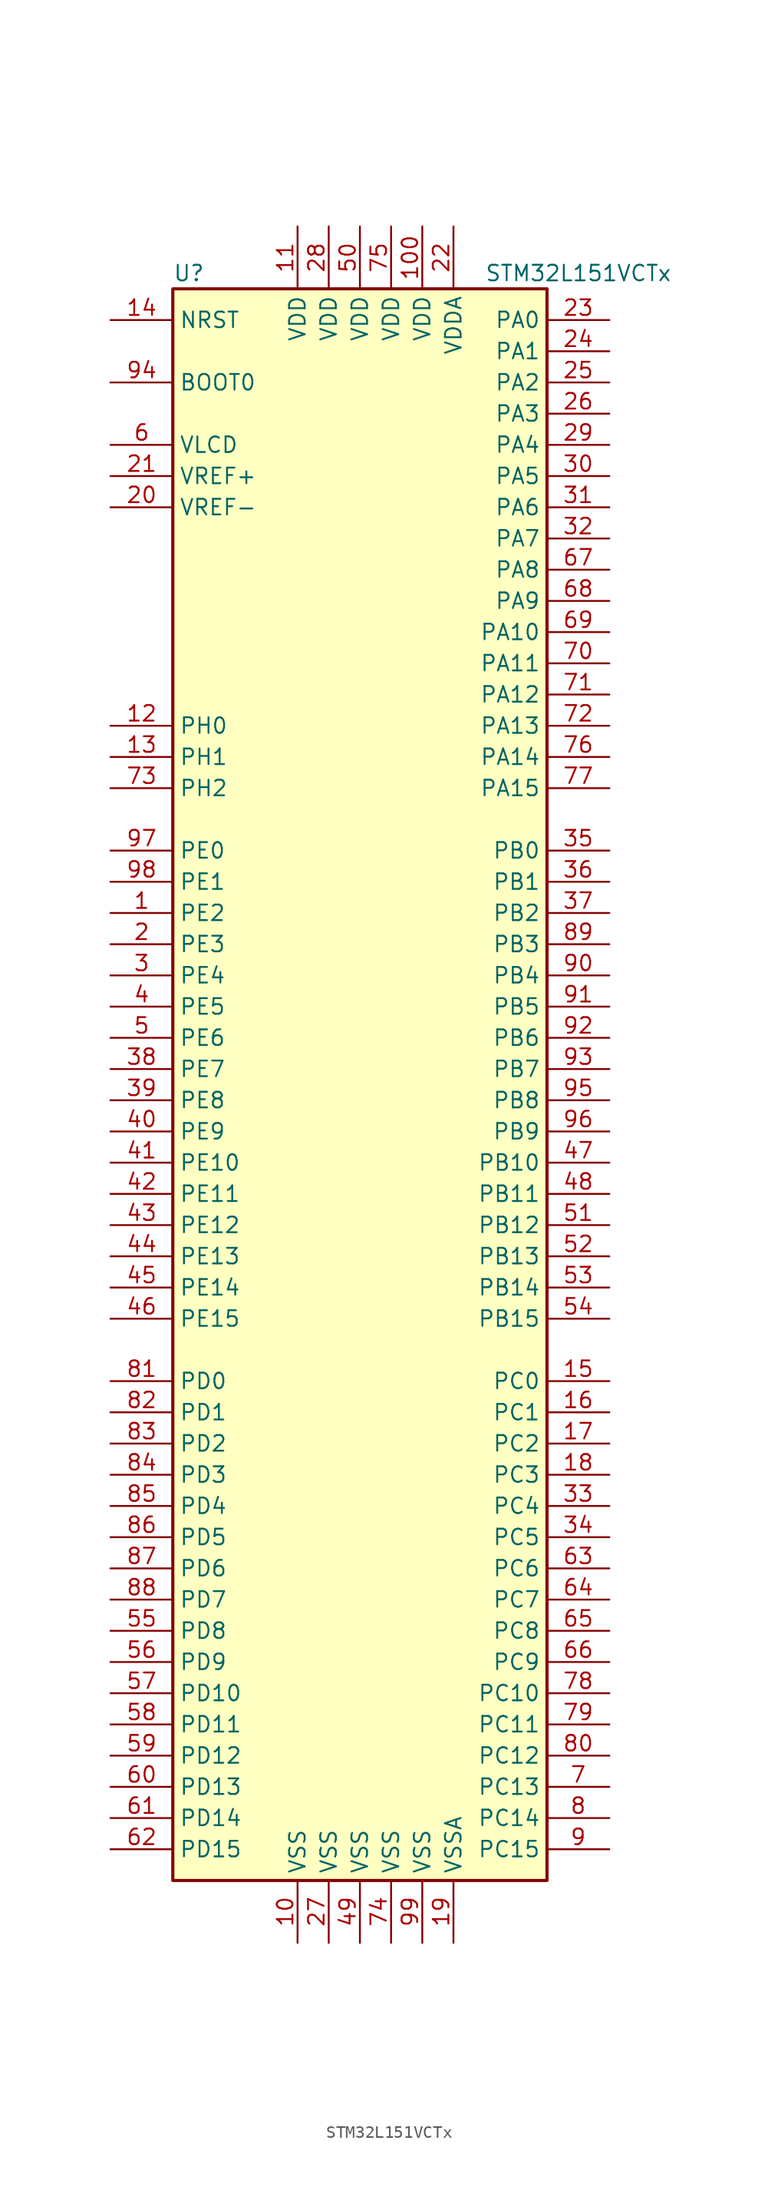
<source format=kicad_sym>
(kicad_symbol_lib
  (version 20201005)
  (generator kicad_symbol_editor)
  (symbol "STM32L151VCTx"
    (property "Reference" "U"
      (at -15.24 64.77 0)
      (effects (font (size 1.27 1.27)) (justify left)))
    (property "Value" "STM32L151VCTx"
      (at 10.16 64.77 0)
      (effects (font (size 1.27 1.27)) (justify left)))
    (symbol "STM32L151VCTx_0_1"
      (rectangle (start -15.24 -66.04) (end 15.24 63.5) (stroke (width 0.254)) (fill (type background))))
    (symbol "STM32L151VCTx_1_1"
      (pin bidirectional line (at -20.32 12.7 0) (length 5.08) (name "PE2" (effects (font (size 1.27 1.27)))) (number "1" (effects (font (size 1.27 1.27)))))
      (pin power_in line (at -5.08 -71.12 90) (length 5.08) (name "VSS" (effects (font (size 1.27 1.27)))) (number "10" (effects (font (size 1.27 1.27)))))
      (pin power_in line (at 5.08 68.58 270) (length 5.08) (name "VDD" (effects (font (size 1.27 1.27)))) (number "100" (effects (font (size 1.27 1.27)))))
      (pin power_in line (at -5.08 68.58 270) (length 5.08) (name "VDD" (effects (font (size 1.27 1.27)))) (number "11" (effects (font (size 1.27 1.27)))))
      (pin input line (at -20.32 27.94 0) (length 5.08) (name "PH0" (effects (font (size 1.27 1.27)))) (number "12" (effects (font (size 1.27 1.27)))))
      (pin input line (at -20.32 25.4 0) (length 5.08) (name "PH1" (effects (font (size 1.27 1.27)))) (number "13" (effects (font (size 1.27 1.27)))))
      (pin input line (at -20.32 60.96 0) (length 5.08) (name "NRST" (effects (font (size 1.27 1.27)))) (number "14" (effects (font (size 1.27 1.27)))))
      (pin bidirectional line (at 20.32 -25.4 180) (length 5.08) (name "PC0" (effects (font (size 1.27 1.27)))) (number "15" (effects (font (size 1.27 1.27)))))
      (pin bidirectional line (at 20.32 -27.94 180) (length 5.08) (name "PC1" (effects (font (size 1.27 1.27)))) (number "16" (effects (font (size 1.27 1.27)))))
      (pin bidirectional line (at 20.32 -30.48 180) (length 5.08) (name "PC2" (effects (font (size 1.27 1.27)))) (number "17" (effects (font (size 1.27 1.27)))))
      (pin bidirectional line (at 20.32 -33.02 180) (length 5.08) (name "PC3" (effects (font (size 1.27 1.27)))) (number "18" (effects (font (size 1.27 1.27)))))
      (pin power_in line (at 7.62 -71.12 90) (length 5.08) (name "VSSA" (effects (font (size 1.27 1.27)))) (number "19" (effects (font (size 1.27 1.27)))))
      (pin bidirectional line (at -20.32 10.16 0) (length 5.08) (name "PE3" (effects (font (size 1.27 1.27)))) (number "2" (effects (font (size 1.27 1.27)))))
      (pin power_in line (at -20.32 45.72 0) (length 5.08) (name "VREF-" (effects (font (size 1.27 1.27)))) (number "20" (effects (font (size 1.27 1.27)))))
      (pin power_in line (at -20.32 48.26 0) (length 5.08) (name "VREF+" (effects (font (size 1.27 1.27)))) (number "21" (effects (font (size 1.27 1.27)))))
      (pin power_in line (at 7.62 68.58 270) (length 5.08) (name "VDDA" (effects (font (size 1.27 1.27)))) (number "22" (effects (font (size 1.27 1.27)))))
      (pin bidirectional line (at 20.32 60.96 180) (length 5.08) (name "PA0" (effects (font (size 1.27 1.27)))) (number "23" (effects (font (size 1.27 1.27)))))
      (pin bidirectional line (at 20.32 58.42 180) (length 5.08) (name "PA1" (effects (font (size 1.27 1.27)))) (number "24" (effects (font (size 1.27 1.27)))))
      (pin bidirectional line (at 20.32 55.88 180) (length 5.08) (name "PA2" (effects (font (size 1.27 1.27)))) (number "25" (effects (font (size 1.27 1.27)))))
      (pin bidirectional line (at 20.32 53.34 180) (length 5.08) (name "PA3" (effects (font (size 1.27 1.27)))) (number "26" (effects (font (size 1.27 1.27)))))
      (pin power_in line (at -2.54 -71.12 90) (length 5.08) (name "VSS" (effects (font (size 1.27 1.27)))) (number "27" (effects (font (size 1.27 1.27)))))
      (pin power_in line (at -2.54 68.58 270) (length 5.08) (name "VDD" (effects (font (size 1.27 1.27)))) (number "28" (effects (font (size 1.27 1.27)))))
      (pin bidirectional line (at 20.32 50.8 180) (length 5.08) (name "PA4" (effects (font (size 1.27 1.27)))) (number "29" (effects (font (size 1.27 1.27)))))
      (pin bidirectional line (at -20.32 7.62 0) (length 5.08) (name "PE4" (effects (font (size 1.27 1.27)))) (number "3" (effects (font (size 1.27 1.27)))))
      (pin bidirectional line (at 20.32 48.26 180) (length 5.08) (name "PA5" (effects (font (size 1.27 1.27)))) (number "30" (effects (font (size 1.27 1.27)))))
      (pin bidirectional line (at 20.32 45.72 180) (length 5.08) (name "PA6" (effects (font (size 1.27 1.27)))) (number "31" (effects (font (size 1.27 1.27)))))
      (pin bidirectional line (at 20.32 43.18 180) (length 5.08) (name "PA7" (effects (font (size 1.27 1.27)))) (number "32" (effects (font (size 1.27 1.27)))))
      (pin bidirectional line (at 20.32 -35.56 180) (length 5.08) (name "PC4" (effects (font (size 1.27 1.27)))) (number "33" (effects (font (size 1.27 1.27)))))
      (pin bidirectional line (at 20.32 -38.1 180) (length 5.08) (name "PC5" (effects (font (size 1.27 1.27)))) (number "34" (effects (font (size 1.27 1.27)))))
      (pin bidirectional line (at 20.32 17.78 180) (length 5.08) (name "PB0" (effects (font (size 1.27 1.27)))) (number "35" (effects (font (size 1.27 1.27)))))
      (pin bidirectional line (at 20.32 15.24 180) (length 5.08) (name "PB1" (effects (font (size 1.27 1.27)))) (number "36" (effects (font (size 1.27 1.27)))))
      (pin bidirectional line (at 20.32 12.7 180) (length 5.08) (name "PB2" (effects (font (size 1.27 1.27)))) (number "37" (effects (font (size 1.27 1.27)))))
      (pin bidirectional line (at -20.32 0 0) (length 5.08) (name "PE7" (effects (font (size 1.27 1.27)))) (number "38" (effects (font (size 1.27 1.27)))))
      (pin bidirectional line (at -20.32 -2.54 0) (length 5.08) (name "PE8" (effects (font (size 1.27 1.27)))) (number "39" (effects (font (size 1.27 1.27)))))
      (pin bidirectional line (at -20.32 5.08 0) (length 5.08) (name "PE5" (effects (font (size 1.27 1.27)))) (number "4" (effects (font (size 1.27 1.27)))))
      (pin bidirectional line (at -20.32 -5.08 0) (length 5.08) (name "PE9" (effects (font (size 1.27 1.27)))) (number "40" (effects (font (size 1.27 1.27)))))
      (pin bidirectional line (at -20.32 -7.62 0) (length 5.08) (name "PE10" (effects (font (size 1.27 1.27)))) (number "41" (effects (font (size 1.27 1.27)))))
      (pin bidirectional line (at -20.32 -10.16 0) (length 5.08) (name "PE11" (effects (font (size 1.27 1.27)))) (number "42" (effects (font (size 1.27 1.27)))))
      (pin bidirectional line (at -20.32 -12.7 0) (length 5.08) (name "PE12" (effects (font (size 1.27 1.27)))) (number "43" (effects (font (size 1.27 1.27)))))
      (pin bidirectional line (at -20.32 -15.24 0) (length 5.08) (name "PE13" (effects (font (size 1.27 1.27)))) (number "44" (effects (font (size 1.27 1.27)))))
      (pin bidirectional line (at -20.32 -17.78 0) (length 5.08) (name "PE14" (effects (font (size 1.27 1.27)))) (number "45" (effects (font (size 1.27 1.27)))))
      (pin bidirectional line (at -20.32 -20.32 0) (length 5.08) (name "PE15" (effects (font (size 1.27 1.27)))) (number "46" (effects (font (size 1.27 1.27)))))
      (pin bidirectional line (at 20.32 -7.62 180) (length 5.08) (name "PB10" (effects (font (size 1.27 1.27)))) (number "47" (effects (font (size 1.27 1.27)))))
      (pin bidirectional line (at 20.32 -10.16 180) (length 5.08) (name "PB11" (effects (font (size 1.27 1.27)))) (number "48" (effects (font (size 1.27 1.27)))))
      (pin power_in line (at 0 -71.12 90) (length 5.08) (name "VSS" (effects (font (size 1.27 1.27)))) (number "49" (effects (font (size 1.27 1.27)))))
      (pin bidirectional line (at -20.32 2.54 0) (length 5.08) (name "PE6" (effects (font (size 1.27 1.27)))) (number "5" (effects (font (size 1.27 1.27)))))
      (pin power_in line (at 0 68.58 270) (length 5.08) (name "VDD" (effects (font (size 1.27 1.27)))) (number "50" (effects (font (size 1.27 1.27)))))
      (pin bidirectional line (at 20.32 -12.7 180) (length 5.08) (name "PB12" (effects (font (size 1.27 1.27)))) (number "51" (effects (font (size 1.27 1.27)))))
      (pin bidirectional line (at 20.32 -15.24 180) (length 5.08) (name "PB13" (effects (font (size 1.27 1.27)))) (number "52" (effects (font (size 1.27 1.27)))))
      (pin bidirectional line (at 20.32 -17.78 180) (length 5.08) (name "PB14" (effects (font (size 1.27 1.27)))) (number "53" (effects (font (size 1.27 1.27)))))
      (pin bidirectional line (at 20.32 -20.32 180) (length 5.08) (name "PB15" (effects (font (size 1.27 1.27)))) (number "54" (effects (font (size 1.27 1.27)))))
      (pin bidirectional line (at -20.32 -45.72 0) (length 5.08) (name "PD8" (effects (font (size 1.27 1.27)))) (number "55" (effects (font (size 1.27 1.27)))))
      (pin bidirectional line (at -20.32 -48.26 0) (length 5.08) (name "PD9" (effects (font (size 1.27 1.27)))) (number "56" (effects (font (size 1.27 1.27)))))
      (pin bidirectional line (at -20.32 -50.8 0) (length 5.08) (name "PD10" (effects (font (size 1.27 1.27)))) (number "57" (effects (font (size 1.27 1.27)))))
      (pin bidirectional line (at -20.32 -53.34 0) (length 5.08) (name "PD11" (effects (font (size 1.27 1.27)))) (number "58" (effects (font (size 1.27 1.27)))))
      (pin bidirectional line (at -20.32 -55.88 0) (length 5.08) (name "PD12" (effects (font (size 1.27 1.27)))) (number "59" (effects (font (size 1.27 1.27)))))
      (pin power_in line (at -20.32 50.8 0) (length 5.08) (name "VLCD" (effects (font (size 1.27 1.27)))) (number "6" (effects (font (size 1.27 1.27)))))
      (pin bidirectional line (at -20.32 -58.42 0) (length 5.08) (name "PD13" (effects (font (size 1.27 1.27)))) (number "60" (effects (font (size 1.27 1.27)))))
      (pin bidirectional line (at -20.32 -60.96 0) (length 5.08) (name "PD14" (effects (font (size 1.27 1.27)))) (number "61" (effects (font (size 1.27 1.27)))))
      (pin bidirectional line (at -20.32 -63.5 0) (length 5.08) (name "PD15" (effects (font (size 1.27 1.27)))) (number "62" (effects (font (size 1.27 1.27)))))
      (pin bidirectional line (at 20.32 -40.64 180) (length 5.08) (name "PC6" (effects (font (size 1.27 1.27)))) (number "63" (effects (font (size 1.27 1.27)))))
      (pin bidirectional line (at 20.32 -43.18 180) (length 5.08) (name "PC7" (effects (font (size 1.27 1.27)))) (number "64" (effects (font (size 1.27 1.27)))))
      (pin bidirectional line (at 20.32 -45.72 180) (length 5.08) (name "PC8" (effects (font (size 1.27 1.27)))) (number "65" (effects (font (size 1.27 1.27)))))
      (pin bidirectional line (at 20.32 -48.26 180) (length 5.08) (name "PC9" (effects (font (size 1.27 1.27)))) (number "66" (effects (font (size 1.27 1.27)))))
      (pin bidirectional line (at 20.32 40.64 180) (length 5.08) (name "PA8" (effects (font (size 1.27 1.27)))) (number "67" (effects (font (size 1.27 1.27)))))
      (pin bidirectional line (at 20.32 38.1 180) (length 5.08) (name "PA9" (effects (font (size 1.27 1.27)))) (number "68" (effects (font (size 1.27 1.27)))))
      (pin bidirectional line (at 20.32 35.56 180) (length 5.08) (name "PA10" (effects (font (size 1.27 1.27)))) (number "69" (effects (font (size 1.27 1.27)))))
      (pin bidirectional line (at 20.32 -58.42 180) (length 5.08) (name "PC13" (effects (font (size 1.27 1.27)))) (number "7" (effects (font (size 1.27 1.27)))))
      (pin bidirectional line (at 20.32 33.02 180) (length 5.08) (name "PA11" (effects (font (size 1.27 1.27)))) (number "70" (effects (font (size 1.27 1.27)))))
      (pin bidirectional line (at 20.32 30.48 180) (length 5.08) (name "PA12" (effects (font (size 1.27 1.27)))) (number "71" (effects (font (size 1.27 1.27)))))
      (pin bidirectional line (at 20.32 27.94 180) (length 5.08) (name "PA13" (effects (font (size 1.27 1.27)))) (number "72" (effects (font (size 1.27 1.27)))))
      (pin bidirectional line (at -20.32 22.86 0) (length 5.08) (name "PH2" (effects (font (size 1.27 1.27)))) (number "73" (effects (font (size 1.27 1.27)))))
      (pin power_in line (at 2.54 -71.12 90) (length 5.08) (name "VSS" (effects (font (size 1.27 1.27)))) (number "74" (effects (font (size 1.27 1.27)))))
      (pin power_in line (at 2.54 68.58 270) (length 5.08) (name "VDD" (effects (font (size 1.27 1.27)))) (number "75" (effects (font (size 1.27 1.27)))))
      (pin bidirectional line (at 20.32 25.4 180) (length 5.08) (name "PA14" (effects (font (size 1.27 1.27)))) (number "76" (effects (font (size 1.27 1.27)))))
      (pin bidirectional line (at 20.32 22.86 180) (length 5.08) (name "PA15" (effects (font (size 1.27 1.27)))) (number "77" (effects (font (size 1.27 1.27)))))
      (pin bidirectional line (at 20.32 -50.8 180) (length 5.08) (name "PC10" (effects (font (size 1.27 1.27)))) (number "78" (effects (font (size 1.27 1.27)))))
      (pin bidirectional line (at 20.32 -53.34 180) (length 5.08) (name "PC11" (effects (font (size 1.27 1.27)))) (number "79" (effects (font (size 1.27 1.27)))))
      (pin bidirectional line (at 20.32 -60.96 180) (length 5.08) (name "PC14" (effects (font (size 1.27 1.27)))) (number "8" (effects (font (size 1.27 1.27)))))
      (pin bidirectional line (at 20.32 -55.88 180) (length 5.08) (name "PC12" (effects (font (size 1.27 1.27)))) (number "80" (effects (font (size 1.27 1.27)))))
      (pin bidirectional line (at -20.32 -25.4 0) (length 5.08) (name "PD0" (effects (font (size 1.27 1.27)))) (number "81" (effects (font (size 1.27 1.27)))))
      (pin bidirectional line (at -20.32 -27.94 0) (length 5.08) (name "PD1" (effects (font (size 1.27 1.27)))) (number "82" (effects (font (size 1.27 1.27)))))
      (pin bidirectional line (at -20.32 -30.48 0) (length 5.08) (name "PD2" (effects (font (size 1.27 1.27)))) (number "83" (effects (font (size 1.27 1.27)))))
      (pin bidirectional line (at -20.32 -33.02 0) (length 5.08) (name "PD3" (effects (font (size 1.27 1.27)))) (number "84" (effects (font (size 1.27 1.27)))))
      (pin bidirectional line (at -20.32 -35.56 0) (length 5.08) (name "PD4" (effects (font (size 1.27 1.27)))) (number "85" (effects (font (size 1.27 1.27)))))
      (pin bidirectional line (at -20.32 -38.1 0) (length 5.08) (name "PD5" (effects (font (size 1.27 1.27)))) (number "86" (effects (font (size 1.27 1.27)))))
      (pin bidirectional line (at -20.32 -40.64 0) (length 5.08) (name "PD6" (effects (font (size 1.27 1.27)))) (number "87" (effects (font (size 1.27 1.27)))))
      (pin bidirectional line (at -20.32 -43.18 0) (length 5.08) (name "PD7" (effects (font (size 1.27 1.27)))) (number "88" (effects (font (size 1.27 1.27)))))
      (pin bidirectional line (at 20.32 10.16 180) (length 5.08) (name "PB3" (effects (font (size 1.27 1.27)))) (number "89" (effects (font (size 1.27 1.27)))))
      (pin bidirectional line (at 20.32 -63.5 180) (length 5.08) (name "PC15" (effects (font (size 1.27 1.27)))) (number "9" (effects (font (size 1.27 1.27)))))
      (pin bidirectional line (at 20.32 7.62 180) (length 5.08) (name "PB4" (effects (font (size 1.27 1.27)))) (number "90" (effects (font (size 1.27 1.27)))))
      (pin bidirectional line (at 20.32 5.08 180) (length 5.08) (name "PB5" (effects (font (size 1.27 1.27)))) (number "91" (effects (font (size 1.27 1.27)))))
      (pin bidirectional line (at 20.32 2.54 180) (length 5.08) (name "PB6" (effects (font (size 1.27 1.27)))) (number "92" (effects (font (size 1.27 1.27)))))
      (pin bidirectional line (at 20.32 0 180) (length 5.08) (name "PB7" (effects (font (size 1.27 1.27)))) (number "93" (effects (font (size 1.27 1.27)))))
      (pin input line (at -20.32 55.88 0) (length 5.08) (name "BOOT0" (effects (font (size 1.27 1.27)))) (number "94" (effects (font (size 1.27 1.27)))))
      (pin bidirectional line (at 20.32 -2.54 180) (length 5.08) (name "PB8" (effects (font (size 1.27 1.27)))) (number "95" (effects (font (size 1.27 1.27)))))
      (pin bidirectional line (at 20.32 -5.08 180) (length 5.08) (name "PB9" (effects (font (size 1.27 1.27)))) (number "96" (effects (font (size 1.27 1.27)))))
      (pin bidirectional line (at -20.32 17.78 0) (length 5.08) (name "PE0" (effects (font (size 1.27 1.27)))) (number "97" (effects (font (size 1.27 1.27)))))
      (pin bidirectional line (at -20.32 15.24 0) (length 5.08) (name "PE1" (effects (font (size 1.27 1.27)))) (number "98" (effects (font (size 1.27 1.27)))))
      (pin power_in line (at 5.08 -71.12 90) (length 5.08) (name "VSS" (effects (font (size 1.27 1.27)))) (number "99" (effects (font (size 1.27 1.27))))))))
</source>
